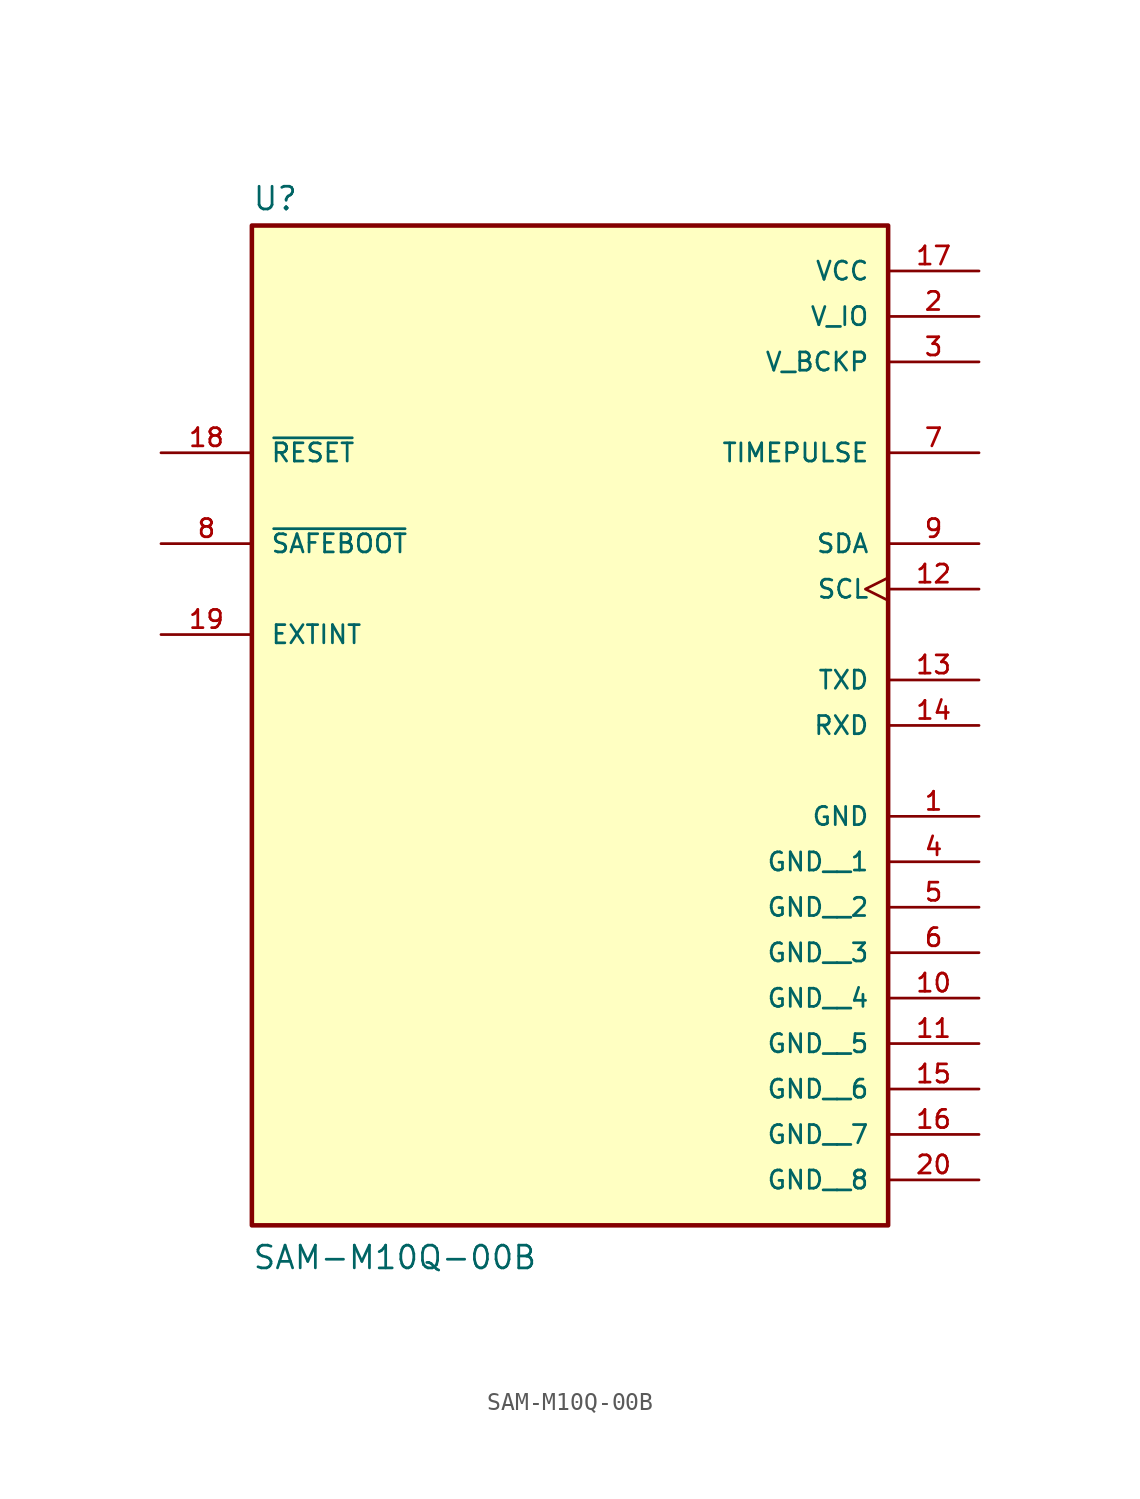
<source format=kicad_sym>
(kicad_symbol_lib
  (version 20211014)
  (generator kicad_symbol_editor)
  (symbol "SAM-M10Q-00B"
    (pin_names
      (offset 1.016))
    (property "Reference" "U"
      (at -17.78 18.542 0)
      (effects (font (size 1.27 1.27)) (justify bottom left)))
    (property "Value" "SAM-M10Q-00B"
      (at -17.78 -40.64 0)
      (effects (font (size 1.27 1.27)) (justify bottom left)))
    (symbol "SAM-M10Q-00B_0_0"
      (rectangle (start -17.78 -38.1) (end 17.78 17.78) (stroke (width 0.254)) (fill (type background)))
      (pin power_in line (at 22.86 -15.24 180.0) (length 5.08) (name "GND" (effects (font (size 1.016 1.016)))) (number "1" (effects (font (size 1.016 1.016)))))
      (pin power_in line (at 22.86 12.7 180.0) (length 5.08) (name "V_IO" (effects (font (size 1.016 1.016)))) (number "2" (effects (font (size 1.016 1.016)))))
      (pin power_in line (at 22.86 10.16 180.0) (length 5.08) (name "V_BCKP" (effects (font (size 1.016 1.016)))) (number "3" (effects (font (size 1.016 1.016)))))
      (pin output line (at 22.86 5.08 180.0) (length 5.08) (name "TIMEPULSE" (effects (font (size 1.016 1.016)))) (number "7" (effects (font (size 1.016 1.016)))))
      (pin input line (at -22.86 0.0 0) (length 5.08) (name "~{SAFEBOOT}" (effects (font (size 1.016 1.016)))) (number "8" (effects (font (size 1.016 1.016)))))
      (pin bidirectional line (at 22.86 0.0 180.0) (length 5.08) (name "SDA" (effects (font (size 1.016 1.016)))) (number "9" (effects (font (size 1.016 1.016)))))
      (pin input clock (at 22.86 -2.54 180.0) (length 5.08) (name "SCL" (effects (font (size 1.016 1.016)))) (number "12" (effects (font (size 1.016 1.016)))))
      (pin output line (at 22.86 -7.62 180.0) (length 5.08) (name "TXD" (effects (font (size 1.016 1.016)))) (number "13" (effects (font (size 1.016 1.016)))))
      (pin input line (at 22.86 -10.16 180.0) (length 5.08) (name "RXD" (effects (font (size 1.016 1.016)))) (number "14" (effects (font (size 1.016 1.016)))))
      (pin input line (at -22.86 5.08 0) (length 5.08) (name "~{RESET}" (effects (font (size 1.016 1.016)))) (number "18" (effects (font (size 1.016 1.016)))))
      (pin input line (at -22.86 -5.08 0) (length 5.08) (name "EXTINT" (effects (font (size 1.016 1.016)))) (number "19" (effects (font (size 1.016 1.016)))))
      (pin power_in line (at 22.86 15.24 180.0) (length 5.08) (name "VCC" (effects (font (size 1.016 1.016)))) (number "17" (effects (font (size 1.016 1.016)))))
      (pin power_in line (at 22.86 -17.78 180.0) (length 5.08) (name "GND__1" (effects (font (size 1.016 1.016)))) (number "4" (effects (font (size 1.016 1.016)))))
      (pin power_in line (at 22.86 -20.32 180.0) (length 5.08) (name "GND__2" (effects (font (size 1.016 1.016)))) (number "5" (effects (font (size 1.016 1.016)))))
      (pin power_in line (at 22.86 -22.86 180.0) (length 5.08) (name "GND__3" (effects (font (size 1.016 1.016)))) (number "6" (effects (font (size 1.016 1.016)))))
      (pin power_in line (at 22.86 -25.4 180.0) (length 5.08) (name "GND__4" (effects (font (size 1.016 1.016)))) (number "10" (effects (font (size 1.016 1.016)))))
      (pin power_in line (at 22.86 -27.94 180.0) (length 5.08) (name "GND__5" (effects (font (size 1.016 1.016)))) (number "11" (effects (font (size 1.016 1.016)))))
      (pin power_in line (at 22.86 -30.48 180.0) (length 5.08) (name "GND__6" (effects (font (size 1.016 1.016)))) (number "15" (effects (font (size 1.016 1.016)))))
      (pin power_in line (at 22.86 -33.02 180.0) (length 5.08) (name "GND__7" (effects (font (size 1.016 1.016)))) (number "16" (effects (font (size 1.016 1.016)))))
      (pin power_in line (at 22.86 -35.56 180.0) (length 5.08) (name "GND__8" (effects (font (size 1.016 1.016)))) (number "20" (effects (font (size 1.016 1.016))))))))
</source>
